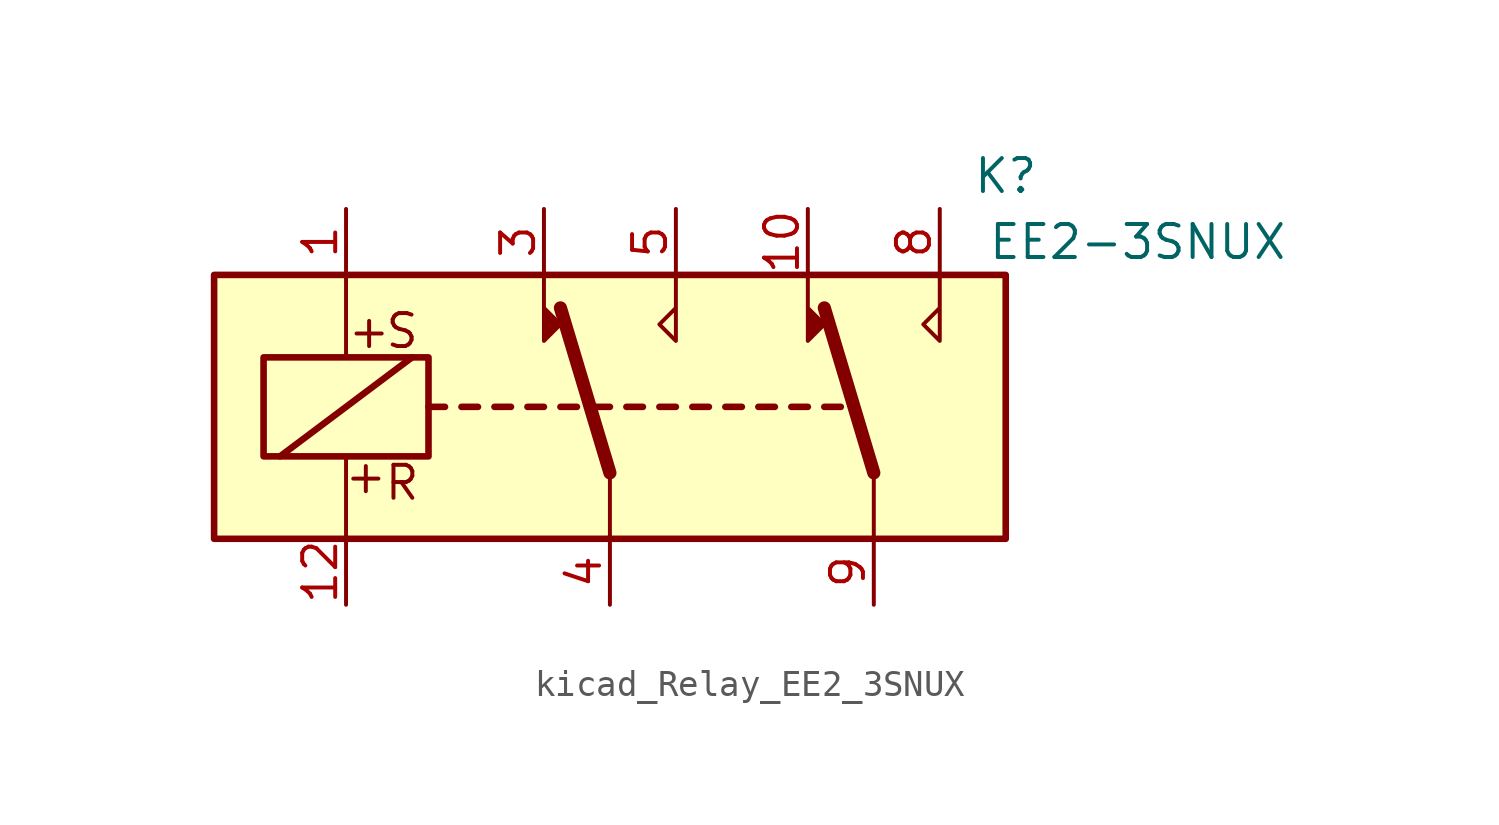
<source format=kicad_sym>
(kicad_symbol_lib
  (version 20220914)
  (generator kicad_symbol_editor)
  (symbol "kicad_Relay_EE2_3SNUX"
    (property "Reference" "K"
      (at 15.24 8.89 0)
      (effects (font (size 1.27 1.27))))
    (property "Value" "EE2-3SNUX"
      (at 20.32 6.35 0)
      (effects (font (size 1.27 1.27))))
    (symbol "kicad_Relay_EE2_3SNUX_1_1"
      (rectangle (start -15.24 5.08) (end 15.24 -5.08) (stroke (width 0.254) (type default)) (fill (type background)))
      (rectangle (start -13.335 1.905) (end -6.985 -1.905) (stroke (width 0.254) (type default)) (fill (type none)))
      (polyline (pts (xy -12.7 -1.905) (xy -7.62 1.905)) (stroke (width 0.254) (type default)) (fill (type none)))
      (polyline (pts (xy -10.16 -5.08) (xy -10.16 -1.905)) (stroke (width 0) (type default)) (fill (type none)))
      (polyline (pts (xy -10.16 5.08) (xy -10.16 1.905)) (stroke (width 0) (type default)) (fill (type none)))
      (polyline (pts (xy -6.985 0) (xy -6.35 0)) (stroke (width 0.254) (type default)) (fill (type none)))
      (polyline (pts (xy -5.715 0) (xy -5.08 0)) (stroke (width 0.254) (type default)) (fill (type none)))
      (polyline (pts (xy -4.445 0) (xy -3.81 0)) (stroke (width 0.254) (type default)) (fill (type none)))
      (polyline (pts (xy -3.175 0) (xy -2.54 0)) (stroke (width 0.254) (type default)) (fill (type none)))
      (polyline (pts (xy -1.905 0) (xy -1.27 0)) (stroke (width 0.254) (type default)) (fill (type none)))
      (polyline (pts (xy -0.635 0) (xy 0 0)) (stroke (width 0.254) (type default)) (fill (type none)))
      (polyline (pts (xy 0 -2.54) (xy -1.905 3.81)) (stroke (width 0.508) (type default)) (fill (type none)))
      (polyline (pts (xy 0 -2.54) (xy 0 -5.08)) (stroke (width 0) (type default)) (fill (type none)))
      (polyline (pts (xy 0.635 0) (xy 1.27 0)) (stroke (width 0.254) (type default)) (fill (type none)))
      (polyline (pts (xy 1.905 0) (xy 2.54 0)) (stroke (width 0.254) (type default)) (fill (type none)))
      (polyline (pts (xy 3.175 0) (xy 3.81 0)) (stroke (width 0.254) (type default)) (fill (type none)))
      (polyline (pts (xy 4.445 0) (xy 5.08 0)) (stroke (width 0.254) (type default)) (fill (type none)))
      (polyline (pts (xy 5.715 0) (xy 6.35 0)) (stroke (width 0.254) (type default)) (fill (type none)))
      (polyline (pts (xy 6.985 0) (xy 7.62 0)) (stroke (width 0.254) (type default)) (fill (type none)))
      (polyline (pts (xy 8.255 0) (xy 8.89 0)) (stroke (width 0.254) (type default)) (fill (type none)))
      (polyline (pts (xy 10.16 -2.54) (xy 8.255 3.81)) (stroke (width 0.508) (type default)) (fill (type none)))
      (polyline (pts (xy 10.16 -2.54) (xy 10.16 -5.08)) (stroke (width 0) (type default)) (fill (type none)))
      (polyline (pts (xy -2.54 5.08) (xy -2.54 2.54) (xy -1.905 3.175) (xy -2.54 3.81)) (stroke (width 0) (type default)) (fill (type outline)))
      (polyline (pts (xy 2.54 5.08) (xy 2.54 2.54) (xy 1.905 3.175) (xy 2.54 3.81)) (stroke (width 0) (type default)) (fill (type none)))
      (polyline (pts (xy 7.62 5.08) (xy 7.62 2.54) (xy 8.255 3.175) (xy 7.62 3.81)) (stroke (width 0) (type default)) (fill (type outline)))
      (polyline (pts (xy 12.7 5.08) (xy 12.7 2.54) (xy 12.065 3.175) (xy 12.7 3.81)) (stroke (width 0) (type default)) (fill (type none)))
      (text "+" (at -9.398 -2.667 0) (effects (font (size 1.27 1.27))))
      (text "+" (at -9.271 2.921 0) (effects (font (size 1.27 1.27))))
      (text "R" (at -8.001 -2.921 0) (effects (font (size 1.27 1.27))))
      (text "S" (at -8.001 2.921 0) (effects (font (size 1.27 1.27))))
      (pin passive line (at -10.16 7.62 270) (length 2.54) (name "~" (effects (font (size 1.27 1.27)))) (number "1" (effects (font (size 1.27 1.27)))))
      (pin passive line (at 7.62 7.62 270) (length 2.54) (name "~" (effects (font (size 1.27 1.27)))) (number "10" (effects (font (size 1.27 1.27)))))
      (pin passive line (at -10.16 -7.62 90) (length 2.54) (name "~" (effects (font (size 1.27 1.27)))) (number "12" (effects (font (size 1.27 1.27)))))
      (pin passive line (at -2.54 7.62 270) (length 2.54) (name "~" (effects (font (size 1.27 1.27)))) (number "3" (effects (font (size 1.27 1.27)))))
      (pin passive line (at 0 -7.62 90) (length 2.54) (name "~" (effects (font (size 1.27 1.27)))) (number "4" (effects (font (size 1.27 1.27)))))
      (pin passive line (at 2.54 7.62 270) (length 2.54) (name "~" (effects (font (size 1.27 1.27)))) (number "5" (effects (font (size 1.27 1.27)))))
      (pin passive line (at 12.7 7.62 270) (length 2.54) (name "~" (effects (font (size 1.27 1.27)))) (number "8" (effects (font (size 1.27 1.27)))))
      (pin passive line (at 10.16 -7.62 90) (length 2.54) (name "~" (effects (font (size 1.27 1.27)))) (number "9" (effects (font (size 1.27 1.27))))))))
</source>
